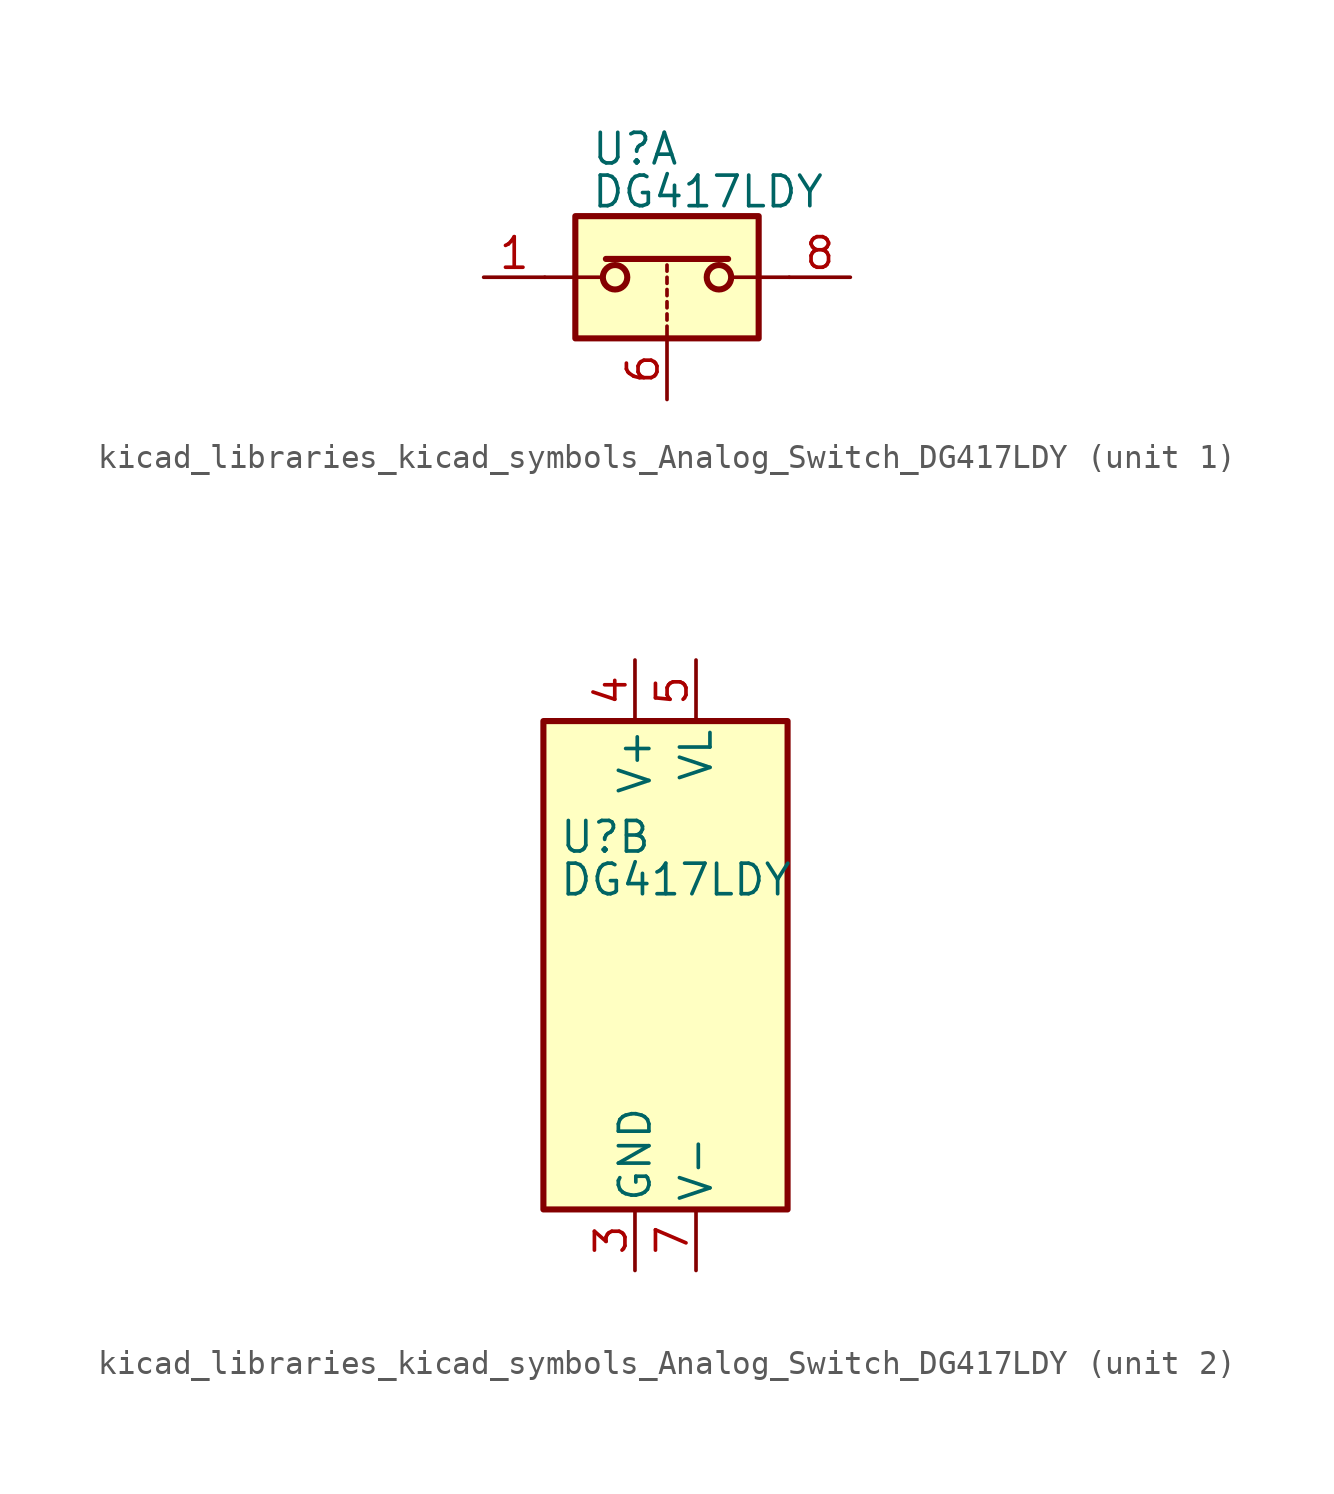
<source format=kicad_sym>
(kicad_symbol_lib
  (version 20220914)
  (generator kicad_symbol_editor)
  (symbol "kicad_libraries_kicad_symbols_Analog_Switch_DG417LDY"
    (pin_names
      (offset 0.254))
    (property "Reference" "U"
      (at -3.175 5.334 0)
      (effects (font (size 1.27 1.27)) (justify left)))
    (property "Value" "DG417LDY"
      (at -3.175 3.556 0)
      (effects (font (size 1.27 1.27)) (justify left)))
    (symbol "kicad_libraries_kicad_symbols_Analog_Switch_DG417LDY_1_1"
      (rectangle (start -3.81 2.54) (end 3.81 -2.54) (stroke (width 0.254) (type default)) (fill (type background)))
      (circle (center -2.159 0) (radius 0.508) (stroke (width 0.254) (type default)) (fill (type none)))
      (polyline (pts (xy -5.08 0) (xy -2.794 0)) (stroke (width 0) (type default)) (fill (type none)))
      (polyline (pts (xy -2.54 0.762) (xy 2.54 0.762)) (stroke (width 0.254) (type default)) (fill (type none)))
      (polyline (pts (xy 0 -2.54) (xy 0 -2.032)) (stroke (width 0) (type default)) (fill (type none)))
      (polyline (pts (xy 0 -1.778) (xy 0 -1.524)) (stroke (width 0) (type default)) (fill (type none)))
      (polyline (pts (xy 0 -1.27) (xy 0 -1.016)) (stroke (width 0) (type default)) (fill (type none)))
      (polyline (pts (xy 0 -0.762) (xy 0 -0.508)) (stroke (width 0) (type default)) (fill (type none)))
      (polyline (pts (xy 0 -0.254) (xy 0 0)) (stroke (width 0) (type default)) (fill (type none)))
      (polyline (pts (xy 0 0.254) (xy 0 0.508)) (stroke (width 0) (type default)) (fill (type none)))
      (polyline (pts (xy 5.08 0) (xy 2.794 0)) (stroke (width 0) (type default)) (fill (type none)))
      (circle (center 2.159 0) (radius 0.508) (stroke (width 0.254) (type default)) (fill (type none)))
      (pin passive line (at -7.62 0 0) (length 2.54) (name "~" (effects (font (size 1.27 1.27)))) (number "1" (effects (font (size 1.27 1.27)))))
      (pin input line (at 0 -5.08 90) (length 2.54) (name "~" (effects (font (size 1.27 1.27)))) (number "6" (effects (font (size 1.27 1.27)))))
      (pin passive line (at 7.62 0 180) (length 2.54) (name "~" (effects (font (size 1.27 1.27)))) (number "8" (effects (font (size 1.27 1.27))))))
    (symbol "kicad_libraries_kicad_symbols_Analog_Switch_DG417LDY_2_0"
      (pin no_connect line (at -2.54 10.16 270) (length 2.54) hide (name "NC" (effects (font (size 1.27 1.27)))) (number "2" (effects (font (size 1.27 1.27)))))
      (pin power_in line (at 0 -12.7 90) (length 2.54) (name "GND" (effects (font (size 1.27 1.27)))) (number "3" (effects (font (size 1.27 1.27)))))
      (pin power_in line (at 0 12.7 270) (length 2.54) (name "V+" (effects (font (size 1.27 1.27)))) (number "4" (effects (font (size 1.27 1.27)))))
      (pin power_in line (at 2.54 12.7 270) (length 2.54) (name "VL" (effects (font (size 1.27 1.27)))) (number "5" (effects (font (size 1.27 1.27)))))
      (pin power_in line (at 2.54 -12.7 90) (length 2.54) (name "V-" (effects (font (size 1.27 1.27)))) (number "7" (effects (font (size 1.27 1.27))))))
    (symbol "kicad_libraries_kicad_symbols_Analog_Switch_DG417LDY_2_1"
      (rectangle (start -3.81 10.16) (end 6.35 -10.16) (stroke (width 0.254) (type default)) (fill (type background))))))
</source>
